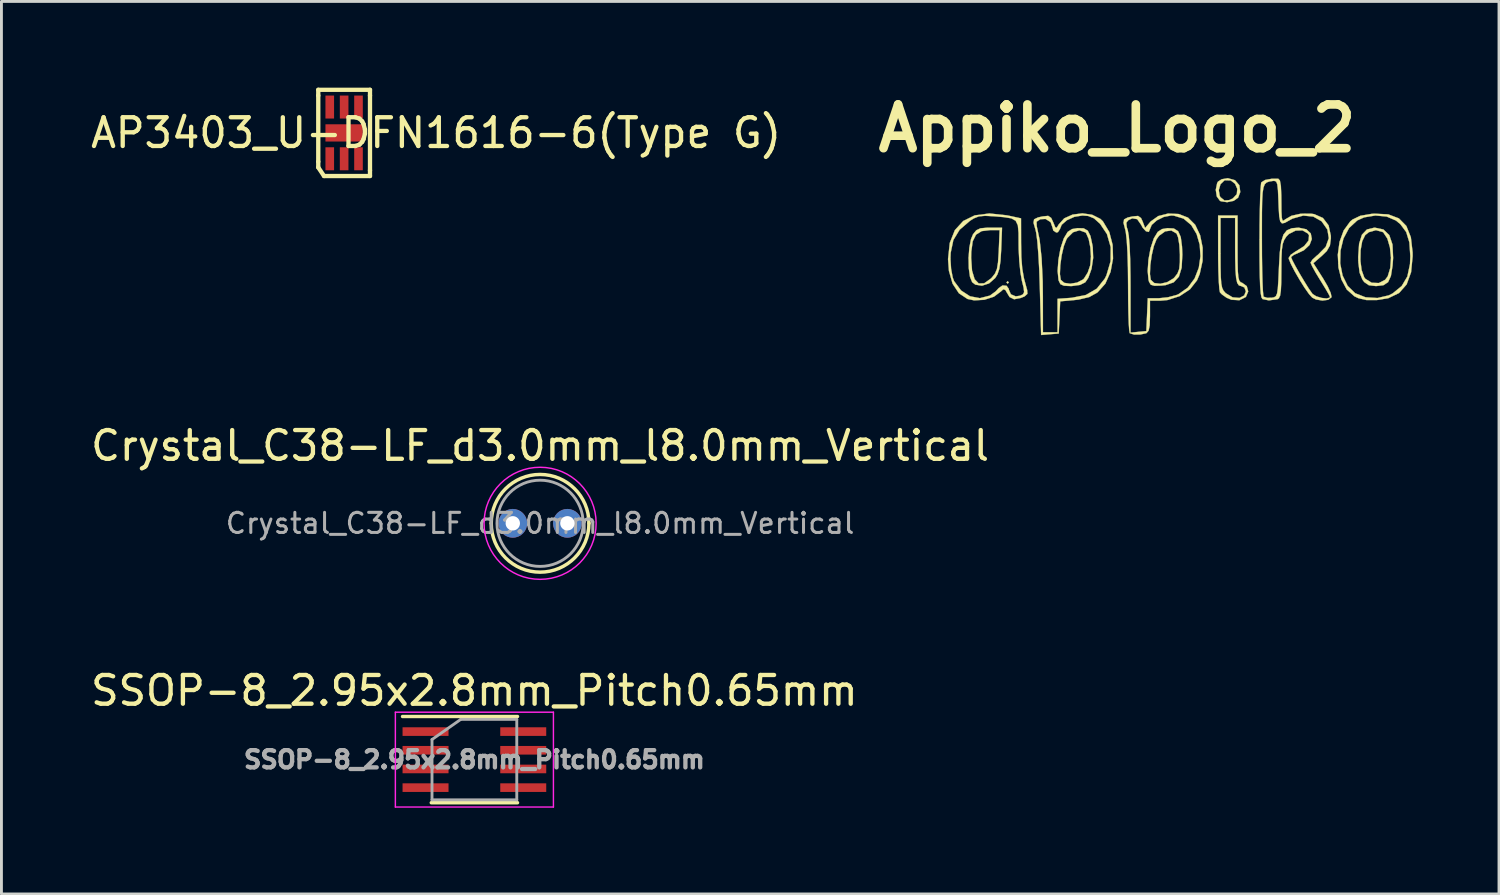
<source format=kicad_pcb>
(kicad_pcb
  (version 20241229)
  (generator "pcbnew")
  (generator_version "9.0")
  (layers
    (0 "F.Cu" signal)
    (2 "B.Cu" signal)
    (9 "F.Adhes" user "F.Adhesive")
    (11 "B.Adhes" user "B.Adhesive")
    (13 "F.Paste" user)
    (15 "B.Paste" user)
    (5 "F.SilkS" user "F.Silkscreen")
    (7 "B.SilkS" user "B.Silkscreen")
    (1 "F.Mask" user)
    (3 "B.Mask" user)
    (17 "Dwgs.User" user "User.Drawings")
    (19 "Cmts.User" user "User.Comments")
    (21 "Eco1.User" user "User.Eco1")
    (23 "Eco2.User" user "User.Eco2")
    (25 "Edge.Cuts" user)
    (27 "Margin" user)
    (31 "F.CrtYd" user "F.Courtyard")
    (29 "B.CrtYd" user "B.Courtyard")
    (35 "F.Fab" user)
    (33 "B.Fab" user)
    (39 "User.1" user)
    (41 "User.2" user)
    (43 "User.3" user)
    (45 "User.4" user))
  (footprint "SSOP-8_2.95x2.8mm_Pitch0.65mm"
    (layer "F.Cu")
    (at 13.458 23.383)
    (property "Reference" "SSOP-8_2.95x2.8mm_Pitch0.65mm" (at 0 -2.4 0) (layer "F.SilkS") (effects (font (size 1 1) (thickness 0.15))))
    (attr smd)
    (fp_line (start 1.5 -1.5) (end -2.5 -1.5) (stroke (width 0.12) (type solid)) (layer "F.SilkS"))
    (fp_line (start 1.5 1.5) (end -1.5 1.5) (stroke (width 0.12) (type solid)) (layer "F.SilkS"))
    (fp_line (start -2.75 -1.65) (end 2.75 -1.65) (stroke (width 0.05) (type solid)) (layer "F.CrtYd"))
    (fp_line (start -2.75 1.65) (end -2.75 -1.65) (stroke (width 0.05) (type solid)) (layer "F.CrtYd"))
    (fp_line (start 2.75 -1.65) (end 2.75 1.65) (stroke (width 0.05) (type solid)) (layer "F.CrtYd"))
    (fp_line (start 2.75 1.65) (end -2.75 1.65) (stroke (width 0.05) (type solid)) (layer "F.CrtYd"))
    (fp_line (start -1.475 1.4) (end -1.475 -0.7) (stroke (width 0.1) (type solid)) (layer "F.Fab"))
    (fp_line (start -0.475 -1.4) (end -1.475 -0.7) (stroke (width 0.1) (type solid)) (layer "F.Fab"))
    (fp_line (start -0.475 -1.4) (end 1.475 -1.4) (stroke (width 0.1) (type solid)) (layer "F.Fab"))
    (fp_line (start 1.475 -1.4) (end 1.475 1.4) (stroke (width 0.1) (type solid)) (layer "F.Fab"))
    (fp_line (start 1.475 1.4) (end -1.475 1.4) (stroke (width 0.1) (type solid)) (layer "F.Fab"))
    (fp_text user "${REFERENCE}" (at 0 0 0) (layer "F.Fab") (effects (font (size 0.6 0.6) (thickness 0.15))))
    (pad "1" smd rect (at -1.7 -0.975 270) (size 0.3 1.6) (layers "F.Cu" "F.Mask" "F.Paste"))
    (pad "2" smd rect (at -1.7 -0.325 270) (size 0.3 1.6) (layers "F.Cu" "F.Mask" "F.Paste"))
    (pad "3" smd rect (at -1.7 0.325 270) (size 0.3 1.6) (layers "F.Cu" "F.Mask" "F.Paste"))
    (pad "4" smd rect (at -1.7 0.975 270) (size 0.3 1.6) (layers "F.Cu" "F.Mask" "F.Paste"))
    (pad "5" smd rect (at 1.7 0.975 270) (size 0.3 1.6) (layers "F.Cu" "F.Mask" "F.Paste"))
    (pad "6" smd rect (at 1.7 0.325 270) (size 0.3 1.6) (layers "F.Cu" "F.Mask" "F.Paste"))
    (pad "7" smd rect (at 1.7 -0.325 270) (size 0.3 1.6) (layers "F.Cu" "F.Mask" "F.Paste"))
    (pad "8" smd rect (at 1.7 -0.975 270) (size 0.3 1.6) (layers "F.Cu" "F.Mask" "F.Paste")))
  (footprint "Crystal_C38-LF_d3.0mm_l8.0mm_Vertical"
    (layer "F.Cu")
    (at 14.794 15.16)
    (property "Reference" "Crystal_C38-LF_d3.0mm_l8.0mm_Vertical" (at 0.95 -2.7 0) (layer "F.SilkS") (effects (font (size 1 1) (thickness 0.15))))
    (attr through_hole)
    (fp_arc (start -0.75 0) (mid 0.95 -1.7) (end 2.65 0) (stroke (width 0.12) (type solid)) (layer "F.SilkS"))
    (fp_arc (start 2.65 0) (mid 0.95 1.7) (end -0.75 0) (stroke (width 0.12) (type solid)) (layer "F.SilkS"))
    (fp_circle (center 0.95 0) (end 2.9 0) (stroke (width 0.05) (type solid)) (fill no) (layer "F.CrtYd"))
    (fp_circle (center 0.95 0) (end 2.45 0) (stroke (width 0.1) (type solid)) (fill no) (layer "F.Fab"))
    (fp_text user "${REFERENCE}" (at 0.95 0 0) (layer "F.Fab") (effects (font (size 0.7 0.7) (thickness 0.105))))
    (pad "1" thru_hole circle (at 0 0) (size 1 1) (drill 0.5) (layers "*.Cu" "*.Mask"))
    (pad "2" thru_hole circle (at 1.9 0) (size 1 1) (drill 0.5) (layers "*.Cu" "*.Mask")))
  (footprint "AP3403_U-DFN1616-6(Type G)"
    (layer "F.Cu")
    (at 8.925 1.575)
    (property "Reference" "AP3403_U-DFN1616-6(Type G)" (at 3.2 0 0) (layer "F.SilkS") (effects (font (size 1 1) (thickness 0.15))))
    (attr through_hole)
    (fp_line (start -0.9 -1.5) (end 0.9 -1.5) (stroke (width 0.15) (type solid)) (layer "F.SilkS"))
    (fp_line (start -0.9 -1.3) (end -0.9 -1.5) (stroke (width 0.15) (type solid)) (layer "F.SilkS"))
    (fp_line (start -0.9 1) (end -0.9 -1.3) (stroke (width 0.15) (type solid)) (layer "F.SilkS"))
    (fp_line (start -0.9 1.2) (end -0.9 1) (stroke (width 0.15) (type solid)) (layer "F.SilkS"))
    (fp_line (start -0.9 1.2) (end -0.7 1.5) (stroke (width 0.15) (type solid)) (layer "F.SilkS"))
    (fp_line (start 0.9 -1.5) (end 0.9 -1.3) (stroke (width 0.15) (type solid)) (layer "F.SilkS"))
    (fp_line (start 0.9 -1.3) (end 0.9 1.3) (stroke (width 0.15) (type solid)) (layer "F.SilkS"))
    (fp_line (start 0.9 1.3) (end 0.9 1.5) (stroke (width 0.15) (type solid)) (layer "F.SilkS"))
    (fp_line (start 0.9 1.5) (end -0.7 1.5) (stroke (width 0.15) (type solid)) (layer "F.SilkS"))
    (pad "1" smd rect (at -0.5 0.9) (size 0.3 0.8) (layers "F.Cu" "F.Mask" "F.Paste"))
    (pad "2" smd rect (at 0 0.9) (size 0.3 0.8) (layers "F.Cu" "F.Mask" "F.Paste"))
    (pad "3" smd rect (at 0.5 0.9) (size 0.3 0.8) (layers "F.Cu" "F.Mask" "F.Paste"))
    (pad "4" smd rect (at 0.5 -0.9) (size 0.3 0.8) (layers "F.Cu" "F.Mask" "F.Paste"))
    (pad "5" smd rect (at 0 -0.9) (size 0.3 0.8) (layers "F.Cu" "F.Mask" "F.Paste"))
    (pad "6" smd rect (at -0.5 -0.9) (size 0.3 0.8) (layers "F.Cu" "F.Mask" "F.Paste"))
    (pad "EP" smd rect (at 0 0) (size 1.3 0.6) (layers "F.Cu" "F.Mask" "F.Paste")))
  (footprint "Appiko_Logo_2"
    (layer "F.Cu")
    (at 35.751 5.878)
    (property "Reference" "Appiko_Logo_2" (at 0.07 -4.46 0) (layer "F.SilkS") (effects (font (size 1.524 1.524) (thickness 0.3))))
    (attr through_hole)
    (fp_poly (pts (xy -3.695 0.9) (xy -3.737 0.942) (xy -3.779 0.9) (xy -3.737 0.857) (xy -3.695 0.9)) (stroke (width 0.01) (type solid)) (fill yes) (layer "F.SilkS"))
    (fp_poly (pts (xy 4.174 -2.658) (xy 4.326 -2.482) (xy 4.358 -2.246) (xy 4.283 -2.049) (xy 4.129 -1.939) (xy 3.901 -1.892) (xy 3.684 -1.924) (xy 3.65 -1.941) (xy 3.54 -2.093) (xy 3.507 -2.311) (xy 3.61 -2.311) (xy 3.643 -2.109) (xy 3.672 -2.063) (xy 3.809 -1.952) (xy 3.973 -1.965) (xy 4.1 -2.024) (xy 4.237 -2.171) (xy 4.254 -2.357) (xy 4.176 -2.533) (xy 4.026 -2.649) (xy 3.827 -2.655) (xy 3.804 -2.647) (xy 3.67 -2.517) (xy 3.61 -2.311) (xy 3.507 -2.311) (xy 3.505 -2.323) (xy 3.553 -2.555) (xy 3.581 -2.607) (xy 3.712 -2.691) (xy 3.923 -2.727) (xy 3.925 -2.727) (xy 4.174 -2.658)) (stroke (width 0.01) (type solid)) (fill yes) (layer "F.SilkS"))
    (fp_poly (pts (xy -3.961 -0.249) (xy -3.985 0.151) (xy -4.026 0.427) (xy -4.092 0.621) (xy -4.169 0.745) (xy -4.382 0.933) (xy -4.63 1.014) (xy -4.861 0.977) (xy -4.972 0.891) (xy -5.048 0.704) (xy -5.09 0.405) (xy -5.097 0.051) (xy -5.097 0.049) (xy -5.007 0.049) (xy -4.976 0.49) (xy -4.886 0.788) (xy -4.743 0.936) (xy -4.553 0.93) (xy -4.321 0.765) (xy -4.281 0.724) (xy -4.176 0.59) (xy -4.11 0.432) (xy -4.072 0.203) (xy -4.049 -0.142) (xy -4.046 -0.208) (xy -4.016 -0.921) (xy -4.35 -0.921) (xy -4.642 -0.885) (xy -4.838 -0.762) (xy -4.953 -0.53) (xy -5.002 -0.168) (xy -5.007 0.049) (xy -5.097 0.049) (xy -5.071 -0.305) (xy -5.012 -0.607) (xy -4.942 -0.776) (xy -4.827 -0.916) (xy -4.682 -0.984) (xy -4.446 -1.005) (xy -4.362 -1.005) (xy -3.932 -1.005) (xy -3.961 -0.249)) (stroke (width 0.01) (type solid)) (fill yes) (layer "F.SilkS"))
    (fp_poly (pts (xy 9.34 -0.942) (xy 9.543 -0.747) (xy 9.655 -0.418) (xy 9.677 0.05) (xy 9.657 0.321) (xy 9.6 0.675) (xy 9.502 0.89) (xy 9.338 0.997) (xy 9.084 1.027) (xy 9.082 1.027) (xy 8.832 0.998) (xy 8.671 0.887) (xy 8.609 0.803) (xy 8.51 0.56) (xy 8.466 0.198) (xy 8.465 0.135) (xy 8.538 0.135) (xy 8.58 0.468) (xy 8.67 0.72) (xy 8.708 0.772) (xy 8.93 0.911) (xy 9.18 0.921) (xy 9.399 0.808) (xy 9.489 0.688) (xy 9.578 0.394) (xy 9.602 0.041) (xy 9.566 -0.317) (xy 9.476 -0.626) (xy 9.339 -0.834) (xy 9.31 -0.856) (xy 9.08 -0.918) (xy 8.834 -0.849) (xy 8.705 -0.747) (xy 8.601 -0.534) (xy 8.545 -0.219) (xy 8.538 0.135) (xy 8.465 0.135) (xy 8.462 0.011) (xy 8.493 -0.447) (xy 8.591 -0.76) (xy 8.764 -0.942) (xy 9.019 -1.005) (xy 9.044 -1.005) (xy 9.34 -0.942)) (stroke (width 0.01) (type solid)) (fill yes) (layer "F.SilkS"))
    (fp_poly (pts (xy 2.046 -0.977) (xy 2.196 -0.882) (xy 2.287 -0.68) (xy 2.331 -0.349) (xy 2.342 -0.065) (xy 2.318 0.387) (xy 2.223 0.701) (xy 2.042 0.896) (xy 1.76 0.994) (xy 1.612 1.01) (xy 1.371 1.017) (xy 1.245 0.981) (xy 1.184 0.879) (xy 1.165 0.812) (xy 1.146 0.61) (xy 1.215 0.61) (xy 1.244 0.809) (xy 1.366 0.921) (xy 1.575 0.946) (xy 1.815 0.891) (xy 2.031 0.761) (xy 2.065 0.728) (xy 2.173 0.589) (xy 2.233 0.431) (xy 2.256 0.199) (xy 2.257 -0.079) (xy 2.237 -0.411) (xy 2.193 -0.671) (xy 2.141 -0.801) (xy 1.96 -0.907) (xy 1.743 -0.877) (xy 1.535 -0.726) (xy 1.445 -0.603) (xy 1.351 -0.367) (xy 1.276 -0.044) (xy 1.227 0.302) (xy 1.215 0.61) (xy 1.146 0.61) (xy 1.136 0.502) (xy 1.162 0.11) (xy 1.236 -0.289) (xy 1.346 -0.623) (xy 1.358 -0.648) (xy 1.486 -0.859) (xy 1.635 -0.957) (xy 1.824 -0.989) (xy 2.046 -0.977)) (stroke (width 0.01) (type solid)) (fill yes) (layer "F.SilkS"))
    (fp_poly (pts (xy 4.264 -0.278) (xy 4.266 0.186) (xy 4.273 0.507) (xy 4.291 0.714) (xy 4.321 0.833) (xy 4.369 0.892) (xy 4.426 0.915) (xy 4.584 1.029) (xy 4.634 1.214) (xy 4.557 1.398) (xy 4.547 1.409) (xy 4.327 1.519) (xy 4.05 1.503) (xy 3.883 1.433) (xy 3.72 1.318) (xy 3.651 1.246) (xy 3.63 1.133) (xy 3.611 0.882) (xy 3.597 0.526) (xy 3.589 0.096) (xy 3.588 -0.138) (xy 3.587 -1.344) (xy 3.671 -1.344) (xy 3.671 -0.12) (xy 3.673 0.362) (xy 3.68 0.704) (xy 3.697 0.936) (xy 3.727 1.087) (xy 3.775 1.187) (xy 3.844 1.266) (xy 3.857 1.277) (xy 4.092 1.419) (xy 4.331 1.439) (xy 4.494 1.355) (xy 4.552 1.211) (xy 4.501 1.075) (xy 4.391 1.027) (xy 4.309 1.003) (xy 4.251 0.916) (xy 4.213 0.743) (xy 4.191 0.461) (xy 4.181 0.047) (xy 4.179 -0.293) (xy 4.179 -1.344) (xy 3.671 -1.344) (xy 3.587 -1.344) (xy 3.587 -1.429) (xy 4.264 -1.429) (xy 4.264 -0.278)) (stroke (width 0.01) (type solid)) (fill yes) (layer "F.SilkS"))
    (fp_poly (pts (xy -1.092 -0.983) (xy -0.949 -0.902) (xy -0.855 -0.716) (xy -0.786 -0.395) (xy -0.775 -0.322) (xy -0.761 0.049) (xy -0.817 0.424) (xy -0.929 0.74) (xy -1.036 0.896) (xy -1.219 0.987) (xy -1.504 1.026) (xy -1.54 1.027) (xy -1.778 1.015) (xy -1.9 0.961) (xy -1.961 0.837) (xy -1.968 0.807) (xy -1.987 0.61) (xy -1.918 0.61) (xy -1.888 0.809) (xy -1.768 0.914) (xy -1.559 0.945) (xy -1.322 0.906) (xy -1.118 0.8) (xy -1.081 0.765) (xy -0.95 0.556) (xy -0.862 0.299) (xy -0.862 0.296) (xy -0.838 -0.001) (xy -0.86 -0.323) (xy -0.918 -0.612) (xy -1.004 -0.809) (xy -1.032 -0.84) (xy -1.237 -0.914) (xy -1.46 -0.846) (xy -1.659 -0.649) (xy -1.688 -0.603) (xy -1.781 -0.367) (xy -1.857 -0.044) (xy -1.905 0.302) (xy -1.918 0.61) (xy -1.987 0.61) (xy -1.998 0.502) (xy -1.971 0.113) (xy -1.898 -0.284) (xy -1.789 -0.617) (xy -1.774 -0.648) (xy -1.647 -0.859) (xy -1.497 -0.957) (xy -1.308 -0.989) (xy -1.092 -0.983)) (stroke (width 0.01) (type solid)) (fill yes) (layer "F.SilkS"))
    (fp_poly (pts (xy 9.51 -1.468) (xy 9.878 -1.328) (xy 10.137 -1.065) (xy 10.294 -0.674) (xy 10.355 -0.146) (xy 10.356 -0.013) (xy 10.302 0.544) (xy 10.147 0.969) (xy 9.884 1.268) (xy 9.508 1.449) (xy 9.112 1.513) (xy 8.747 1.513) (xy 8.468 1.448) (xy 8.328 1.382) (xy 8.063 1.146) (xy 7.878 0.8) (xy 7.774 0.382) (xy 7.767 0.237) (xy 7.835 0.237) (xy 7.918 0.659) (xy 8.096 1.022) (xy 8.357 1.276) (xy 8.717 1.417) (xy 9.131 1.442) (xy 9.526 1.35) (xy 9.662 1.281) (xy 9.976 1.024) (xy 10.172 0.693) (xy 10.264 0.259) (xy 10.275 -0.015) (xy 10.242 -0.494) (xy 10.132 -0.853) (xy 9.93 -1.126) (xy 9.777 -1.253) (xy 9.453 -1.392) (xy 9.061 -1.429) (xy 8.668 -1.364) (xy 8.429 -1.257) (xy 8.144 -0.993) (xy 7.949 -0.629) (xy 7.846 -0.206) (xy 7.835 0.237) (xy 7.767 0.237) (xy 7.752 -0.068) (xy 7.812 -0.512) (xy 7.957 -0.909) (xy 8.185 -1.222) (xy 8.265 -1.289) (xy 8.535 -1.419) (xy 8.927 -1.486) (xy 9.027 -1.493) (xy 9.51 -1.468)) (stroke (width 0.01) (type solid)) (fill yes) (layer "F.SilkS"))
    (fp_poly (pts (xy -0.797 -1.455) (xy -0.51 -1.311) (xy -0.423 -1.228) (xy -0.2 -0.855) (xy -0.084 -0.408) (xy -0.07 0.07) (xy -0.156 0.534) (xy -0.337 0.942) (xy -0.61 1.248) (xy -0.898 1.409) (xy -1.268 1.497) (xy -1.402 1.512) (xy -1.909 1.558) (xy -1.959 2.678) (xy -2.266 2.703) (xy -2.572 2.729) (xy -2.618 1.052) (xy -2.639 0.439) (xy -2.669 -0.094) (xy -2.704 -0.524) (xy -2.743 -0.825) (xy -2.77 -0.942) (xy -2.837 -1.173) (xy -2.83 -1.214) (xy -2.73 -1.214) (xy -2.725 -1.061) (xy -2.624 -0.582) (xy -2.555 0.058) (xy -2.517 0.851) (xy -2.511 1.387) (xy -2.509 2.635) (xy -2.001 2.635) (xy -2.001 1.47) (xy -1.509 1.435) (xy -1.014 1.336) (xy -0.634 1.116) (xy -0.357 0.768) (xy -0.3 0.654) (xy -0.155 0.163) (xy -0.151 -0.329) (xy -0.282 -0.784) (xy -0.52 -1.139) (xy -0.733 -1.331) (xy -0.938 -1.414) (xy -1.132 -1.429) (xy -1.415 -1.383) (xy -1.673 -1.266) (xy -1.856 -1.107) (xy -1.917 -0.957) (xy -1.985 -0.85) (xy -2.044 -0.836) (xy -2.149 -0.906) (xy -2.171 -0.995) (xy -2.242 -1.199) (xy -2.417 -1.309) (xy -2.598 -1.3) (xy -2.73 -1.214) (xy -2.83 -1.214) (xy -2.817 -1.296) (xy -2.682 -1.361) (xy -2.521 -1.397) (xy -2.326 -1.417) (xy -2.221 -1.344) (xy -2.151 -1.192) (xy -2.081 -1.023) (xy -2.032 -0.998) (xy -1.968 -1.104) (xy -1.962 -1.115) (xy -1.769 -1.33) (xy -1.476 -1.461) (xy -1.136 -1.504) (xy -0.797 -1.455)) (stroke (width 0.01) (type solid)) (fill yes) (layer "F.SilkS"))
    (fp_poly (pts (xy -3.76 -1.434) (xy -3.699 -1.422) (xy -3.271 -1.33) (xy -3.269 -0.469) (xy -3.26 0.022) (xy -3.23 0.407) (xy -3.171 0.75) (xy -3.074 1.111) (xy -3.058 1.164) (xy -3.049 1.297) (xy -3.149 1.387) (xy -3.285 1.442) (xy -3.512 1.486) (xy -3.67 1.409) (xy -3.802 1.19) (xy -3.813 1.163) (xy -3.887 1.137) (xy -3.971 1.214) (xy -4.214 1.396) (xy -4.547 1.504) (xy -4.902 1.524) (xy -5.134 1.475) (xy -5.433 1.277) (xy -5.652 0.946) (xy -5.78 0.5) (xy -5.811 0.091) (xy -5.809 0.07) (xy -5.727 0.07) (xy -5.705 0.426) (xy -5.649 0.727) (xy -5.601 0.854) (xy -5.358 1.18) (xy -5.047 1.382) (xy -4.704 1.447) (xy -4.361 1.36) (xy -4.345 1.352) (xy -4.151 1.21) (xy -4.052 1.101) (xy -3.916 1.005) (xy -3.774 1.016) (xy -3.696 1.126) (xy -3.695 1.152) (xy -3.625 1.313) (xy -3.456 1.385) (xy -3.303 1.362) (xy -3.203 1.313) (xy -3.164 1.236) (xy -3.181 1.084) (xy -3.24 0.846) (xy -3.292 0.554) (xy -3.332 0.162) (xy -3.354 -0.263) (xy -3.356 -0.422) (xy -3.358 -0.823) (xy -3.382 -1.087) (xy -3.457 -1.245) (xy -3.609 -1.33) (xy -3.866 -1.372) (xy -4.203 -1.401) (xy -4.523 -1.418) (xy -4.739 -1.398) (xy -4.916 -1.328) (xy -5.047 -1.245) (xy -5.408 -0.934) (xy -5.626 -0.576) (xy -5.719 -0.132) (xy -5.727 0.07) (xy -5.809 0.07) (xy -5.751 -0.474) (xy -5.574 -0.919) (xy -5.282 -1.239) (xy -4.881 -1.434) (xy -4.372 -1.5) (xy -3.76 -1.434)) (stroke (width 0.01) (type solid)) (fill yes) (layer "F.SilkS"))
    (fp_poly (pts (xy 2.214 -1.481) (xy 2.54 -1.355) (xy 2.79 -1.105) (xy 2.961 -0.743) (xy 3.049 -0.31) (xy 3.046 0.153) (xy 2.947 0.605) (xy 2.854 0.826) (xy 2.608 1.139) (xy 2.249 1.377) (xy 1.825 1.513) (xy 1.579 1.535) (xy 1.216 1.535) (xy 1.216 2.076) (xy 1.205 2.394) (xy 1.168 2.578) (xy 1.096 2.662) (xy 1.082 2.669) (xy 0.874 2.713) (xy 0.656 2.712) (xy 0.514 2.667) (xy 0.51 2.664) (xy 0.493 2.565) (xy 0.477 2.324) (xy 0.465 1.969) (xy 0.457 1.526) (xy 0.454 1.022) (xy 0.454 1.001) (xy 0.448 0.383) (xy 0.432 -0.148) (xy 0.407 -0.567) (xy 0.374 -0.852) (xy 0.356 -0.933) (xy 0.295 -1.168) (xy 0.297 -1.181) (xy 0.393 -1.181) (xy 0.407 -1.028) (xy 0.443 -0.917) (xy 0.478 -0.723) (xy 0.507 -0.381) (xy 0.527 0.091) (xy 0.537 0.672) (xy 0.539 1.002) (xy 0.539 2.646) (xy 1.089 2.593) (xy 1.139 1.45) (xy 1.525 1.45) (xy 1.84 1.417) (xy 2.143 1.336) (xy 2.206 1.31) (xy 2.534 1.079) (xy 2.769 0.762) (xy 2.915 0.388) (xy 2.973 -0.015) (xy 2.946 -0.415) (xy 2.838 -0.786) (xy 2.65 -1.097) (xy 2.386 -1.32) (xy 2.047 -1.424) (xy 1.955 -1.429) (xy 1.7 -1.381) (xy 1.456 -1.261) (xy 1.277 -1.103) (xy 1.216 -0.957) (xy 1.175 -0.858) (xy 1.077 -0.88) (xy 0.962 -1.004) (xy 0.904 -1.111) (xy 0.77 -1.302) (xy 0.599 -1.33) (xy 0.464 -1.267) (xy 0.393 -1.181) (xy 0.297 -1.181) (xy 0.314 -1.293) (xy 0.441 -1.359) (xy 0.607 -1.396) (xy 0.801 -1.414) (xy 0.905 -1.341) (xy 0.96 -1.222) (xy 1.046 -0.995) (xy 1.242 -1.223) (xy 1.503 -1.409) (xy 1.847 -1.497) (xy 2.214 -1.481)) (stroke (width 0.01) (type solid)) (fill yes) (layer "F.SilkS"))
    (fp_poly (pts (xy 5.682 -2.708) (xy 5.737 -2.646) (xy 5.771 -2.46) (xy 5.786 -2.131) (xy 5.788 -1.931) (xy 5.791 -1.571) (xy 5.802 -1.356) (xy 5.827 -1.258) (xy 5.872 -1.254) (xy 5.918 -1.292) (xy 6.141 -1.42) (xy 6.462 -1.491) (xy 6.818 -1.493) (xy 6.932 -1.476) (xy 7.234 -1.343) (xy 7.431 -1.086) (xy 7.51 -0.722) (xy 7.511 -0.633) (xy 7.478 -0.384) (xy 7.368 -0.192) (xy 7.202 -0.03) (xy 6.902 0.229) (xy 7.24 0.762) (xy 7.399 1.035) (xy 7.504 1.265) (xy 7.535 1.405) (xy 7.533 1.415) (xy 7.419 1.504) (xy 7.217 1.531) (xy 6.995 1.494) (xy 6.863 1.429) (xy 6.75 1.304) (xy 6.593 1.08) (xy 6.418 0.801) (xy 6.251 0.512) (xy 6.119 0.257) (xy 6.047 0.082) (xy 6.042 0.048) (xy 6.112 -0.061) (xy 6.283 -0.179) (xy 6.318 -0.197) (xy 6.582 -0.366) (xy 6.733 -0.556) (xy 6.75 -0.736) (xy 6.714 -0.8) (xy 6.524 -0.912) (xy 6.283 -0.904) (xy 6.05 -0.786) (xy 5.963 -0.698) (xy 5.886 -0.579) (xy 5.834 -0.437) (xy 5.805 -0.233) (xy 5.791 0.068) (xy 5.788 0.479) (xy 5.784 0.905) (xy 5.77 1.191) (xy 5.743 1.364) (xy 5.698 1.455) (xy 5.654 1.483) (xy 5.353 1.525) (xy 5.132 1.479) (xy 5.096 1.422) (xy 5.069 1.275) (xy 5.049 1.021) (xy 5.036 0.645) (xy 5.029 0.13) (xy 5.027 -0.526) (xy 5.03 -0.99) (xy 5.111 -0.99) (xy 5.111 -0.599) (xy 5.113 -0.042) (xy 5.12 0.457) (xy 5.131 0.874) (xy 5.145 1.185) (xy 5.162 1.364) (xy 5.171 1.397) (xy 5.293 1.435) (xy 5.446 1.433) (xy 5.536 1.417) (xy 5.598 1.377) (xy 5.639 1.282) (xy 5.665 1.106) (xy 5.684 0.817) (xy 5.703 0.389) (xy 5.703 0.379) (xy 5.733 -0.14) (xy 5.782 -0.513) (xy 5.86 -0.763) (xy 5.98 -0.913) (xy 6.152 -0.986) (xy 6.389 -1.005) (xy 6.391 -1.005) (xy 6.658 -0.949) (xy 6.811 -0.805) (xy 6.848 -0.61) (xy 6.769 -0.403) (xy 6.573 -0.22) (xy 6.41 -0.142) (xy 6.223 -0.059) (xy 6.129 0.013) (xy 6.127 0.022) (xy 6.168 0.125) (xy 6.275 0.329) (xy 6.422 0.589) (xy 6.585 0.862) (xy 6.737 1.106) (xy 6.855 1.276) (xy 6.875 1.302) (xy 7.002 1.383) (xy 7.186 1.439) (xy 7.365 1.458) (xy 7.472 1.429) (xy 7.481 1.406) (xy 7.439 1.318) (xy 7.328 1.126) (xy 7.171 0.869) (xy 7.143 0.825) (xy 6.979 0.556) (xy 6.859 0.338) (xy 6.805 0.215) (xy 6.804 0.208) (xy 6.866 0.11) (xy 7.02 -0.031) (xy 7.062 -0.064) (xy 7.331 -0.338) (xy 7.439 -0.639) (xy 7.389 -0.94) (xy 7.189 -1.227) (xy 6.898 -1.392) (xy 6.549 -1.426) (xy 6.178 -1.322) (xy 6.061 -1.259) (xy 5.91 -1.174) (xy 5.81 -1.154) (xy 5.748 -1.222) (xy 5.713 -1.399) (xy 5.694 -1.71) (xy 5.684 -1.979) (xy 5.669 -2.315) (xy 5.646 -2.515) (xy 5.606 -2.611) (xy 5.538 -2.635) (xy 5.492 -2.631) (xy 5.371 -2.612) (xy 5.279 -2.581) (xy 5.211 -2.518) (xy 5.165 -2.402) (xy 5.135 -2.212) (xy 5.119 -1.927) (xy 5.112 -1.526) (xy 5.111 -0.99) (xy 5.03 -0.99) (xy 5.03 -1.089) (xy 5.038 -1.597) (xy 5.049 -2.025) (xy 5.064 -2.349) (xy 5.081 -2.542) (xy 5.091 -2.584) (xy 5.225 -2.666) (xy 5.463 -2.709) (xy 5.682 -2.708)) (stroke (width 0.01) (type solid)) (fill yes) (layer "F.SilkS")))
  (gr_rect
    (start -3 -3)
    (end 49.112 28.058)
    (stroke (width 0.1) (type default))
    (fill no)
    (layer "Edge.Cuts")))
</source>
